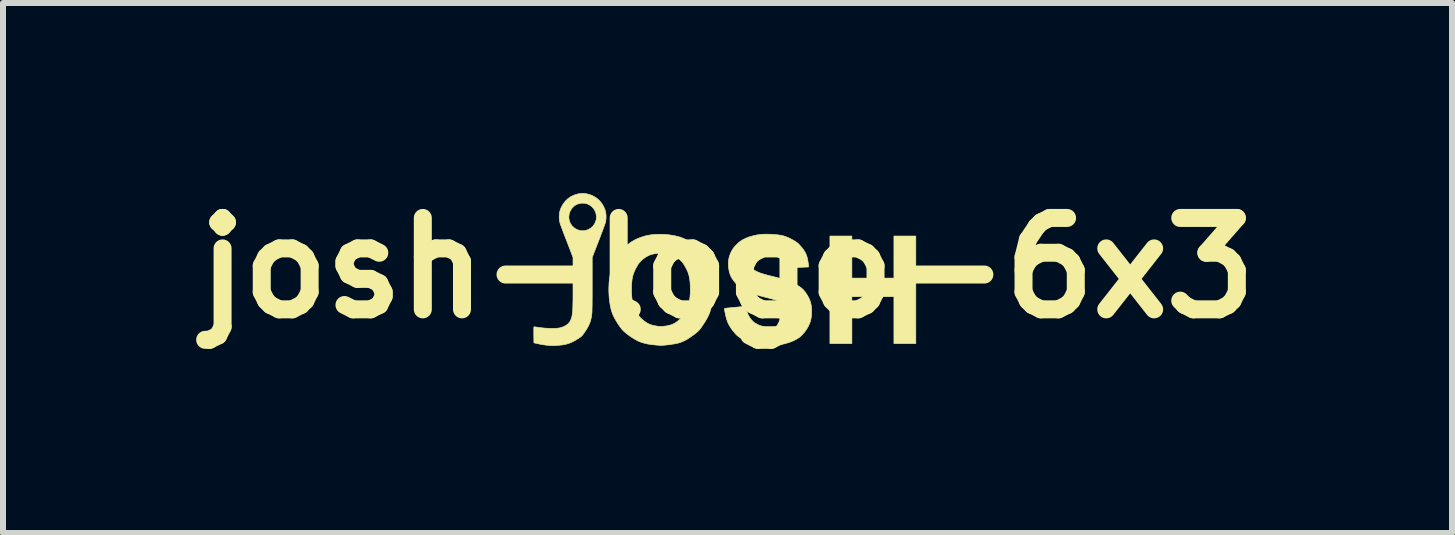
<source format=kicad_pcb>
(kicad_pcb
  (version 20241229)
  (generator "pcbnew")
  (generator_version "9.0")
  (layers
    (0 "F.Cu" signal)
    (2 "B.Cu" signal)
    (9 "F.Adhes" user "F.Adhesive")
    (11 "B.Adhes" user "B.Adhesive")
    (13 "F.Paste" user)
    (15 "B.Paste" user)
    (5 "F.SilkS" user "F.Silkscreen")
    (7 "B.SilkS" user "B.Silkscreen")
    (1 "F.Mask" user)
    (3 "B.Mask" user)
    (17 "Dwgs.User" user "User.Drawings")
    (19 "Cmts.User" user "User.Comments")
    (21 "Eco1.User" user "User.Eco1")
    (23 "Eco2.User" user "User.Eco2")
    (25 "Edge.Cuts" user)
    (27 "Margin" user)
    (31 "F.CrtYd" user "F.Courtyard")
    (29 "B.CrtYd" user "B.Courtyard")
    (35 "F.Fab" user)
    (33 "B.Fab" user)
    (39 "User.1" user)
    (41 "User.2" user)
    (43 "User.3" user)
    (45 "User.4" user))
  (footprint "josh-logo-6x3"
    (layer "F.Cu")
    (at 9.079 1.418)
    (property "Reference" "josh-logo-6x3" (at 0 0 0) (layer "F.SilkS") (effects (font (size 1.524 1.524) (thickness 0.3))))
    (attr through_hole)
    (fp_poly (pts (xy 2.073 0.168) (xy 2.774 0.168) (xy 2.774 -0.533) (xy 3.139 -0.533) (xy 3.139 1.26) (xy 2.774 1.26) (xy 2.774 0.478) (xy 2.073 0.478) (xy 2.073 1.26) (xy 1.707 1.26) (xy 1.707 -0.533) (xy 2.073 -0.533) (xy 2.073 0.168)) (stroke (width 0.01) (type solid)) (fill yes) (layer "F.SilkS"))
    (fp_poly (pts (xy -2.377 -1.242) (xy -2.349 -1.237) (xy -2.288 -1.221) (xy -2.231 -1.196) (xy -2.179 -1.163) (xy -2.134 -1.123) (xy -2.095 -1.075) (xy -2.063 -1.021) (xy -2.039 -0.961) (xy -2.035 -0.945) (xy -2.029 -0.913) (xy -2.025 -0.875) (xy -2.025 -0.835) (xy -2.028 -0.796) (xy -2.034 -0.762) (xy -2.034 -0.762) (xy -2.038 -0.75) (xy -2.045 -0.73) (xy -2.055 -0.702) (xy -2.067 -0.668) (xy -2.082 -0.628) (xy -2.099 -0.584) (xy -2.117 -0.536) (xy -2.136 -0.486) (xy -2.15 -0.45) (xy -2.256 -0.177) (xy -2.256 0.259) (xy -2.256 0.34) (xy -2.256 0.416) (xy -2.256 0.486) (xy -2.257 0.548) (xy -2.257 0.604) (xy -2.258 0.651) (xy -2.259 0.691) (xy -2.259 0.721) (xy -2.26 0.742) (xy -2.261 0.75) (xy -2.268 0.808) (xy -2.279 0.861) (xy -2.294 0.91) (xy -2.315 0.958) (xy -2.341 1.007) (xy -2.375 1.059) (xy -2.387 1.077) (xy -2.404 1.101) (xy -2.417 1.119) (xy -2.429 1.132) (xy -2.441 1.144) (xy -2.456 1.154) (xy -2.475 1.167) (xy -2.477 1.168) (xy -2.527 1.2) (xy -2.572 1.225) (xy -2.614 1.245) (xy -2.655 1.26) (xy -2.698 1.272) (xy -2.745 1.281) (xy -2.797 1.287) (xy -2.832 1.29) (xy -2.861 1.292) (xy -2.883 1.294) (xy -2.901 1.294) (xy -2.917 1.294) (xy -2.936 1.294) (xy -2.958 1.292) (xy -2.987 1.29) (xy -2.992 1.289) (xy -3.019 1.287) (xy -3.054 1.282) (xy -3.092 1.276) (xy -3.13 1.269) (xy -3.167 1.261) (xy -3.199 1.254) (xy -3.213 1.251) (xy -3.228 1.246) (xy -3.23 1.113) (xy -3.23 1.072) (xy -3.23 1.039) (xy -3.23 1.015) (xy -3.229 0.998) (xy -3.228 0.987) (xy -3.226 0.981) (xy -3.225 0.98) (xy -3.217 0.981) (xy -3.202 0.983) (xy -3.181 0.986) (xy -3.156 0.989) (xy -3.15 0.99) (xy -3.091 0.998) (xy -3.033 1.003) (xy -2.976 1.006) (xy -2.922 1.007) (xy -2.873 1.006) (xy -2.831 1.003) (xy -2.796 0.998) (xy -2.788 0.996) (xy -2.736 0.979) (xy -2.693 0.957) (xy -2.657 0.929) (xy -2.629 0.896) (xy -2.609 0.856) (xy -2.595 0.81) (xy -2.592 0.794) (xy -2.589 0.776) (xy -2.586 0.756) (xy -2.584 0.734) (xy -2.582 0.709) (xy -2.58 0.679) (xy -2.579 0.645) (xy -2.578 0.606) (xy -2.577 0.561) (xy -2.576 0.508) (xy -2.576 0.449) (xy -2.576 0.381) (xy -2.576 0.305) (xy -2.576 0.23) (xy -2.576 -0.177) (xy -2.68 -0.448) (xy -2.7 -0.499) (xy -2.719 -0.548) (xy -2.737 -0.595) (xy -2.753 -0.638) (xy -2.767 -0.675) (xy -2.779 -0.708) (xy -2.788 -0.733) (xy -2.793 -0.75) (xy -2.795 -0.757) (xy -2.802 -0.794) (xy -2.806 -0.836) (xy -2.805 -0.86) (xy -2.646 -0.86) (xy -2.643 -0.816) (xy -2.633 -0.773) (xy -2.614 -0.734) (xy -2.588 -0.698) (xy -2.555 -0.668) (xy -2.516 -0.644) (xy -2.477 -0.629) (xy -2.43 -0.621) (xy -2.383 -0.623) (xy -2.362 -0.627) (xy -2.318 -0.642) (xy -2.279 -0.666) (xy -2.245 -0.696) (xy -2.219 -0.732) (xy -2.199 -0.772) (xy -2.188 -0.816) (xy -2.186 -0.861) (xy -2.186 -0.863) (xy -2.194 -0.911) (xy -2.21 -0.955) (xy -2.234 -0.992) (xy -2.264 -1.024) (xy -2.299 -1.05) (xy -2.338 -1.068) (xy -2.38 -1.079) (xy -2.425 -1.081) (xy -2.471 -1.075) (xy -2.517 -1.059) (xy -2.525 -1.055) (xy -2.552 -1.037) (xy -2.58 -1.012) (xy -2.604 -0.982) (xy -2.623 -0.95) (xy -2.639 -0.905) (xy -2.646 -0.86) (xy -2.805 -0.86) (xy -2.805 -0.88) (xy -2.801 -0.92) (xy -2.795 -0.949) (xy -2.773 -1.01) (xy -2.742 -1.065) (xy -2.705 -1.114) (xy -2.661 -1.156) (xy -2.61 -1.191) (xy -2.554 -1.217) (xy -2.494 -1.235) (xy -2.482 -1.237) (xy -2.444 -1.243) (xy -2.411 -1.244) (xy -2.377 -1.242)) (stroke (width 0.01) (type solid)) (fill yes) (layer "F.SilkS"))
    (fp_poly (pts (xy -1.057 -0.56) (xy -0.984 -0.554) (xy -0.913 -0.544) (xy -0.846 -0.53) (xy -0.785 -0.513) (xy -0.731 -0.492) (xy -0.714 -0.484) (xy -0.688 -0.469) (xy -0.656 -0.45) (xy -0.621 -0.426) (xy -0.584 -0.4) (xy -0.548 -0.374) (xy -0.536 -0.364) (xy -0.511 -0.344) (xy -0.491 -0.327) (xy -0.474 -0.309) (xy -0.458 -0.289) (xy -0.438 -0.263) (xy -0.438 -0.262) (xy -0.39 -0.192) (xy -0.35 -0.128) (xy -0.319 -0.069) (xy -0.296 -0.014) (xy -0.293 -0.003) (xy -0.277 0.052) (xy -0.264 0.115) (xy -0.254 0.184) (xy -0.247 0.256) (xy -0.243 0.33) (xy -0.243 0.403) (xy -0.246 0.474) (xy -0.249 0.5) (xy -0.257 0.569) (xy -0.267 0.63) (xy -0.279 0.685) (xy -0.295 0.736) (xy -0.314 0.785) (xy -0.339 0.834) (xy -0.368 0.885) (xy -0.395 0.927) (xy -0.419 0.963) (xy -0.439 0.992) (xy -0.456 1.015) (xy -0.472 1.035) (xy -0.489 1.052) (xy -0.507 1.068) (xy -0.528 1.085) (xy -0.539 1.095) (xy -0.605 1.143) (xy -0.665 1.183) (xy -0.722 1.214) (xy -0.775 1.237) (xy -0.812 1.249) (xy -0.845 1.257) (xy -0.886 1.265) (xy -0.931 1.272) (xy -0.977 1.279) (xy -1.023 1.284) (xy -1.066 1.288) (xy -1.102 1.29) (xy -1.12 1.29) (xy -1.135 1.289) (xy -1.157 1.287) (xy -1.183 1.285) (xy -1.211 1.283) (xy -1.213 1.282) (xy -1.281 1.275) (xy -1.341 1.265) (xy -1.394 1.252) (xy -1.443 1.237) (xy -1.49 1.218) (xy -1.536 1.194) (xy -1.582 1.166) (xy -1.59 1.161) (xy -1.646 1.122) (xy -1.693 1.086) (xy -1.732 1.052) (xy -1.762 1.021) (xy -1.773 1.007) (xy -1.816 0.947) (xy -1.852 0.891) (xy -1.882 0.839) (xy -1.907 0.788) (xy -1.927 0.736) (xy -1.943 0.683) (xy -1.955 0.625) (xy -1.965 0.562) (xy -1.973 0.492) (xy -1.976 0.446) (xy -1.979 0.383) (xy -1.979 0.353) (xy -1.601 0.353) (xy -1.6 0.421) (xy -1.596 0.48) (xy -1.59 0.533) (xy -1.58 0.582) (xy -1.567 0.627) (xy -1.55 0.671) (xy -1.527 0.715) (xy -1.5 0.762) (xy -1.5 0.763) (xy -1.478 0.796) (xy -1.459 0.821) (xy -1.44 0.842) (xy -1.431 0.849) (xy -1.392 0.882) (xy -1.356 0.908) (xy -1.321 0.928) (xy -1.285 0.944) (xy -1.245 0.956) (xy -1.199 0.965) (xy -1.156 0.972) (xy -1.123 0.974) (xy -1.087 0.973) (xy -1.043 0.969) (xy -1.036 0.968) (xy -0.987 0.96) (xy -0.944 0.948) (xy -0.905 0.933) (xy -0.868 0.913) (xy -0.831 0.886) (xy -0.79 0.852) (xy -0.789 0.851) (xy -0.762 0.822) (xy -0.735 0.785) (xy -0.708 0.743) (xy -0.684 0.697) (xy -0.663 0.65) (xy -0.647 0.604) (xy -0.643 0.589) (xy -0.634 0.543) (xy -0.627 0.49) (xy -0.622 0.432) (xy -0.62 0.37) (xy -0.621 0.307) (xy -0.624 0.245) (xy -0.625 0.236) (xy -0.632 0.179) (xy -0.642 0.128) (xy -0.657 0.079) (xy -0.678 0.03) (xy -0.705 -0.021) (xy -0.717 -0.042) (xy -0.733 -0.067) (xy -0.746 -0.087) (xy -0.758 -0.102) (xy -0.772 -0.116) (xy -0.789 -0.132) (xy -0.802 -0.143) (xy -0.846 -0.175) (xy -0.89 -0.202) (xy -0.933 -0.222) (xy -0.962 -0.231) (xy -1.022 -0.242) (xy -1.086 -0.247) (xy -1.152 -0.246) (xy -1.215 -0.238) (xy -1.274 -0.225) (xy -1.28 -0.223) (xy -1.326 -0.203) (xy -1.372 -0.176) (xy -1.416 -0.143) (xy -1.455 -0.106) (xy -1.487 -0.066) (xy -1.493 -0.057) (xy -1.522 -0.007) (xy -1.546 0.04) (xy -1.565 0.086) (xy -1.58 0.132) (xy -1.59 0.181) (xy -1.596 0.235) (xy -1.6 0.296) (xy -1.601 0.353) (xy -1.979 0.353) (xy -1.978 0.316) (xy -1.975 0.248) (xy -1.968 0.183) (xy -1.959 0.121) (xy -1.948 0.069) (xy -1.922 -0.017) (xy -1.891 -0.095) (xy -1.855 -0.167) (xy -1.812 -0.234) (xy -1.761 -0.297) (xy -1.728 -0.332) (xy -1.667 -0.388) (xy -1.602 -0.436) (xy -1.532 -0.476) (xy -1.456 -0.508) (xy -1.373 -0.534) (xy -1.334 -0.543) (xy -1.27 -0.554) (xy -1.202 -0.56) (xy -1.13 -0.562) (xy -1.057 -0.56)) (stroke (width 0.01) (type solid)) (fill yes) (layer "F.SilkS"))
    (fp_poly (pts (xy 0.729 -0.562) (xy 0.779 -0.559) (xy 0.836 -0.553) (xy 0.886 -0.546) (xy 0.932 -0.536) (xy 0.976 -0.521) (xy 1.021 -0.503) (xy 1.068 -0.479) (xy 1.121 -0.449) (xy 1.122 -0.448) (xy 1.15 -0.43) (xy 1.173 -0.412) (xy 1.195 -0.391) (xy 1.208 -0.376) (xy 1.243 -0.336) (xy 1.27 -0.3) (xy 1.291 -0.267) (xy 1.308 -0.234) (xy 1.321 -0.199) (xy 1.326 -0.182) (xy 1.331 -0.161) (xy 1.337 -0.134) (xy 1.342 -0.105) (xy 1.346 -0.076) (xy 1.35 -0.051) (xy 1.351 -0.033) (xy 1.351 -0.03) (xy 1.351 -0.017) (xy 1.175 -0.01) (xy 1.133 -0.008) (xy 1.095 -0.007) (xy 1.061 -0.005) (xy 1.033 -0.004) (xy 1.011 -0.003) (xy 0.998 -0.003) (xy 0.993 -0.003) (xy 0.99 -0.007) (xy 0.985 -0.019) (xy 0.98 -0.037) (xy 0.978 -0.046) (xy 0.97 -0.076) (xy 0.962 -0.099) (xy 0.953 -0.118) (xy 0.942 -0.137) (xy 0.928 -0.156) (xy 0.906 -0.182) (xy 0.883 -0.203) (xy 0.855 -0.22) (xy 0.826 -0.233) (xy 0.796 -0.244) (xy 0.765 -0.252) (xy 0.731 -0.256) (xy 0.692 -0.258) (xy 0.645 -0.258) (xy 0.638 -0.258) (xy 0.597 -0.256) (xy 0.564 -0.252) (xy 0.536 -0.247) (xy 0.51 -0.24) (xy 0.482 -0.229) (xy 0.46 -0.219) (xy 0.422 -0.197) (xy 0.393 -0.173) (xy 0.374 -0.145) (xy 0.364 -0.113) (xy 0.363 -0.078) (xy 0.366 -0.059) (xy 0.375 -0.029) (xy 0.392 -0.004) (xy 0.417 0.018) (xy 0.442 0.034) (xy 0.468 0.048) (xy 0.493 0.061) (xy 0.519 0.073) (xy 0.548 0.084) (xy 0.581 0.095) (xy 0.618 0.106) (xy 0.661 0.118) (xy 0.711 0.131) (xy 0.77 0.145) (xy 0.78 0.148) (xy 0.877 0.173) (xy 0.964 0.2) (xy 1.041 0.228) (xy 1.109 0.258) (xy 1.168 0.289) (xy 1.218 0.323) (xy 1.236 0.337) (xy 1.27 0.369) (xy 1.302 0.41) (xy 1.332 0.456) (xy 1.358 0.504) (xy 1.378 0.553) (xy 1.387 0.582) (xy 1.397 0.635) (xy 1.402 0.694) (xy 1.402 0.755) (xy 1.397 0.814) (xy 1.387 0.87) (xy 1.387 0.871) (xy 1.371 0.919) (xy 1.349 0.968) (xy 1.321 1.017) (xy 1.288 1.064) (xy 1.253 1.106) (xy 1.217 1.141) (xy 1.2 1.155) (xy 1.15 1.187) (xy 1.092 1.216) (xy 1.028 1.241) (xy 0.96 1.261) (xy 0.889 1.276) (xy 0.826 1.285) (xy 0.79 1.287) (xy 0.746 1.289) (xy 0.699 1.289) (xy 0.65 1.289) (xy 0.603 1.287) (xy 0.566 1.285) (xy 0.495 1.277) (xy 0.432 1.264) (xy 0.372 1.245) (xy 0.313 1.22) (xy 0.29 1.209) (xy 0.246 1.185) (xy 0.209 1.162) (xy 0.179 1.141) (xy 0.153 1.119) (xy 0.129 1.094) (xy 0.123 1.087) (xy 0.083 1.039) (xy 0.051 0.993) (xy 0.024 0.949) (xy 0.002 0.903) (xy -0.015 0.853) (xy -0.03 0.797) (xy -0.042 0.74) (xy -0.048 0.71) (xy -0.05 0.689) (xy -0.051 0.677) (xy -0.049 0.673) (xy -0.043 0.672) (xy -0.028 0.67) (xy -0.006 0.668) (xy 0.022 0.665) (xy 0.054 0.662) (xy 0.089 0.659) (xy 0.126 0.655) (xy 0.162 0.652) (xy 0.196 0.648) (xy 0.227 0.646) (xy 0.254 0.643) (xy 0.275 0.641) (xy 0.289 0.64) (xy 0.293 0.64) (xy 0.299 0.642) (xy 0.303 0.648) (xy 0.307 0.662) (xy 0.309 0.672) (xy 0.325 0.731) (xy 0.346 0.783) (xy 0.374 0.831) (xy 0.402 0.867) (xy 0.422 0.889) (xy 0.444 0.907) (xy 0.47 0.924) (xy 0.503 0.942) (xy 0.508 0.945) (xy 0.532 0.956) (xy 0.556 0.964) (xy 0.581 0.97) (xy 0.61 0.974) (xy 0.644 0.977) (xy 0.686 0.978) (xy 0.699 0.978) (xy 0.74 0.977) (xy 0.774 0.976) (xy 0.802 0.973) (xy 0.826 0.968) (xy 0.849 0.961) (xy 0.872 0.951) (xy 0.891 0.942) (xy 0.922 0.925) (xy 0.946 0.911) (xy 0.965 0.896) (xy 0.982 0.878) (xy 0.991 0.868) (xy 1.01 0.841) (xy 1.023 0.814) (xy 1.03 0.785) (xy 1.033 0.751) (xy 1.034 0.734) (xy 1.033 0.71) (xy 1.032 0.693) (xy 1.03 0.68) (xy 1.025 0.668) (xy 1.019 0.657) (xy 0.999 0.629) (xy 0.97 0.604) (xy 0.933 0.58) (xy 0.92 0.574) (xy 0.899 0.565) (xy 0.871 0.555) (xy 0.834 0.543) (xy 0.788 0.53) (xy 0.733 0.514) (xy 0.668 0.497) (xy 0.605 0.481) (xy 0.546 0.465) (xy 0.495 0.452) (xy 0.451 0.439) (xy 0.413 0.426) (xy 0.379 0.413) (xy 0.348 0.399) (xy 0.317 0.384) (xy 0.286 0.367) (xy 0.252 0.347) (xy 0.236 0.337) (xy 0.209 0.319) (xy 0.188 0.304) (xy 0.17 0.289) (xy 0.153 0.272) (xy 0.134 0.251) (xy 0.133 0.249) (xy 0.1 0.209) (xy 0.074 0.171) (xy 0.054 0.135) (xy 0.039 0.096) (xy 0.027 0.053) (xy 0.019 0.002) (xy 0.018 -0.003) (xy 0.013 -0.069) (xy 0.017 -0.132) (xy 0.03 -0.192) (xy 0.052 -0.251) (xy 0.061 -0.269) (xy 0.076 -0.296) (xy 0.09 -0.32) (xy 0.107 -0.343) (xy 0.128 -0.367) (xy 0.151 -0.391) (xy 0.194 -0.431) (xy 0.242 -0.465) (xy 0.297 -0.493) (xy 0.36 -0.518) (xy 0.371 -0.521) (xy 0.427 -0.537) (xy 0.483 -0.55) (xy 0.539 -0.558) (xy 0.597 -0.563) (xy 0.659 -0.564) (xy 0.729 -0.562)) (stroke (width 0.01) (type solid)) (fill yes) (layer "F.SilkS")))
  (gr_rect
    (start -3 -3)
    (end 21.157 5.836)
    (stroke (width 0.1) (type default))
    (fill no)
    (layer "Edge.Cuts")))
</source>
